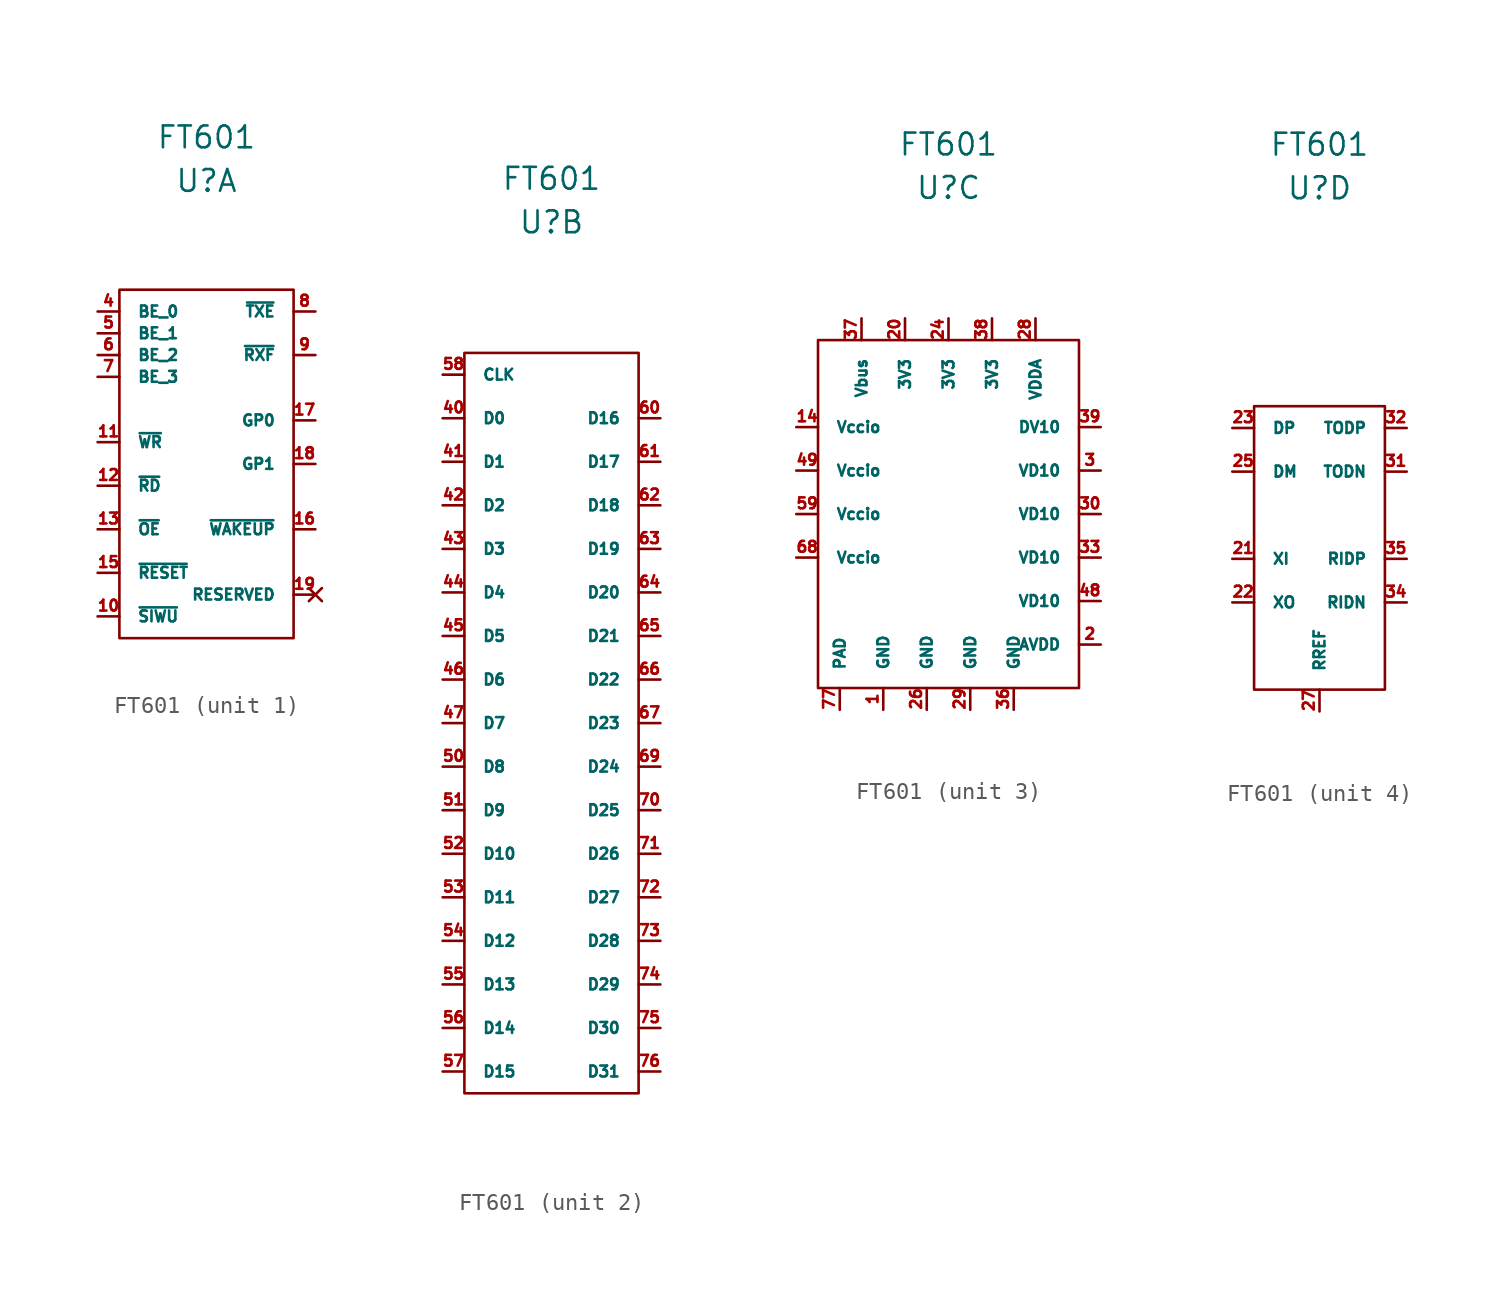
<source format=kicad_sym>
(kicad_symbol_lib
  (version 20220914)
  (generator kicad_symbol_editor)
  (symbol "FT601"
    (pin_names
      (offset 1.016))
    (property "Reference" "U"
      (at 0 19.05 0)
      (effects (font (size 1.27 1.27))))
    (property "Value" "FT601"
      (at 0 21.59 0)
      (effects (font (size 1.27 1.27))))
    (property "ki_locked" ""
      (at 0 0 0)
      (effects (font (size 1.27 1.27))))
    (symbol "FT601_1_1"
      (rectangle (start -5.08 12.7) (end 5.08 -7.62) (stroke (width 0) (type solid)) (fill (type none)))
      (pin input line (at -6.35 -6.35 0) (length 1.27) (name "~{SIWU}" (effects (font (size 0.635 0.635)))) (number "10" (effects (font (size 0.635 0.635)))))
      (pin input line (at -6.35 3.81 0) (length 1.27) (name "~{WR}" (effects (font (size 0.635 0.635)))) (number "11" (effects (font (size 0.635 0.635)))))
      (pin input line (at -6.35 1.27 0) (length 1.27) (name "~{RD}" (effects (font (size 0.635 0.635)))) (number "12" (effects (font (size 0.635 0.635)))))
      (pin input line (at -6.35 -1.27 0) (length 1.27) (name "~{OE}" (effects (font (size 0.635 0.635)))) (number "13" (effects (font (size 0.635 0.635)))))
      (pin input line (at -6.35 -3.81 0) (length 1.27) (name "~{RESET}" (effects (font (size 0.635 0.635)))) (number "15" (effects (font (size 0.635 0.635)))))
      (pin bidirectional line (at 6.35 -1.27 180) (length 1.27) (name "~{WAKEUP}" (effects (font (size 0.635 0.635)))) (number "16" (effects (font (size 0.635 0.635)))))
      (pin bidirectional line (at 6.35 5.08 180) (length 1.27) (name "GP0" (effects (font (size 0.635 0.635)))) (number "17" (effects (font (size 0.635 0.635)))))
      (pin bidirectional line (at 6.35 2.54 180) (length 1.27) (name "GP1" (effects (font (size 0.635 0.635)))) (number "18" (effects (font (size 0.635 0.635)))))
      (pin no_connect line (at 6.35 -5.08 180) (length 1.27) (name "RESERVED" (effects (font (size 0.635 0.635)))) (number "19" (effects (font (size 0.635 0.635)))))
      (pin input line (at -6.35 11.43 0) (length 1.27) (name "BE_0" (effects (font (size 0.635 0.635)))) (number "4" (effects (font (size 0.635 0.635)))))
      (pin input line (at -6.35 10.16 0) (length 1.27) (name "BE_1" (effects (font (size 0.635 0.635)))) (number "5" (effects (font (size 0.635 0.635)))))
      (pin input line (at -6.35 8.89 0) (length 1.27) (name "BE_2" (effects (font (size 0.635 0.635)))) (number "6" (effects (font (size 0.635 0.635)))))
      (pin input line (at -6.35 7.62 0) (length 1.27) (name "BE_3" (effects (font (size 0.635 0.635)))) (number "7" (effects (font (size 0.635 0.635)))))
      (pin output line (at 6.35 11.43 180) (length 1.27) (name "~{TXE}" (effects (font (size 0.635 0.635)))) (number "8" (effects (font (size 0.635 0.635)))))
      (pin output line (at 6.35 8.89 180) (length 1.27) (name "~{RXF}" (effects (font (size 0.635 0.635)))) (number "9" (effects (font (size 0.635 0.635))))))
    (symbol "FT601_2_1"
      (rectangle (start -5.08 11.43) (end 5.08 -31.75) (stroke (width 0) (type solid)) (fill (type none)))
      (pin bidirectional line (at -6.35 7.62 0) (length 1.27) (name "D0" (effects (font (size 0.635 0.635)))) (number "40" (effects (font (size 0.635 0.635)))))
      (pin bidirectional line (at -6.35 5.08 0) (length 1.27) (name "D1" (effects (font (size 0.635 0.635)))) (number "41" (effects (font (size 0.635 0.635)))))
      (pin bidirectional line (at -6.35 2.54 0) (length 1.27) (name "D2" (effects (font (size 0.635 0.635)))) (number "42" (effects (font (size 0.635 0.635)))))
      (pin bidirectional line (at -6.35 0 0) (length 1.27) (name "D3" (effects (font (size 0.635 0.635)))) (number "43" (effects (font (size 0.635 0.635)))))
      (pin bidirectional line (at -6.35 -2.54 0) (length 1.27) (name "D4" (effects (font (size 0.635 0.635)))) (number "44" (effects (font (size 0.635 0.635)))))
      (pin bidirectional line (at -6.35 -5.08 0) (length 1.27) (name "D5" (effects (font (size 0.635 0.635)))) (number "45" (effects (font (size 0.635 0.635)))))
      (pin bidirectional line (at -6.35 -7.62 0) (length 1.27) (name "D6" (effects (font (size 0.635 0.635)))) (number "46" (effects (font (size 0.635 0.635)))))
      (pin bidirectional line (at -6.35 -10.16 0) (length 1.27) (name "D7" (effects (font (size 0.635 0.635)))) (number "47" (effects (font (size 0.635 0.635)))))
      (pin bidirectional line (at -6.35 -12.7 0) (length 1.27) (name "D8" (effects (font (size 0.635 0.635)))) (number "50" (effects (font (size 0.635 0.635)))))
      (pin bidirectional line (at -6.35 -15.24 0) (length 1.27) (name "D9" (effects (font (size 0.635 0.635)))) (number "51" (effects (font (size 0.635 0.635)))))
      (pin bidirectional line (at -6.35 -17.78 0) (length 1.27) (name "D10" (effects (font (size 0.635 0.635)))) (number "52" (effects (font (size 0.635 0.635)))))
      (pin bidirectional line (at -6.35 -20.32 0) (length 1.27) (name "D11" (effects (font (size 0.635 0.635)))) (number "53" (effects (font (size 0.635 0.635)))))
      (pin bidirectional line (at -6.35 -22.86 0) (length 1.27) (name "D12" (effects (font (size 0.635 0.635)))) (number "54" (effects (font (size 0.635 0.635)))))
      (pin bidirectional line (at -6.35 -25.4 0) (length 1.27) (name "D13" (effects (font (size 0.635 0.635)))) (number "55" (effects (font (size 0.635 0.635)))))
      (pin bidirectional line (at -6.35 -27.94 0) (length 1.27) (name "D14" (effects (font (size 0.635 0.635)))) (number "56" (effects (font (size 0.635 0.635)))))
      (pin bidirectional line (at -6.35 -30.48 0) (length 1.27) (name "D15" (effects (font (size 0.635 0.635)))) (number "57" (effects (font (size 0.635 0.635)))))
      (pin output line (at -6.35 10.16 0) (length 1.27) (name "CLK" (effects (font (size 0.635 0.635)))) (number "58" (effects (font (size 0.635 0.635)))))
      (pin bidirectional line (at 6.35 7.62 180) (length 1.27) (name "D16" (effects (font (size 0.635 0.635)))) (number "60" (effects (font (size 0.635 0.635)))))
      (pin bidirectional line (at 6.35 5.08 180) (length 1.27) (name "D17" (effects (font (size 0.635 0.635)))) (number "61" (effects (font (size 0.635 0.635)))))
      (pin bidirectional line (at 6.35 2.54 180) (length 1.27) (name "D18" (effects (font (size 0.635 0.635)))) (number "62" (effects (font (size 0.635 0.635)))))
      (pin bidirectional line (at 6.35 0 180) (length 1.27) (name "D19" (effects (font (size 0.635 0.635)))) (number "63" (effects (font (size 0.635 0.635)))))
      (pin bidirectional line (at 6.35 -2.54 180) (length 1.27) (name "D20" (effects (font (size 0.635 0.635)))) (number "64" (effects (font (size 0.635 0.635)))))
      (pin bidirectional line (at 6.35 -5.08 180) (length 1.27) (name "D21" (effects (font (size 0.635 0.635)))) (number "65" (effects (font (size 0.635 0.635)))))
      (pin bidirectional line (at 6.35 -7.62 180) (length 1.27) (name "D22" (effects (font (size 0.635 0.635)))) (number "66" (effects (font (size 0.635 0.635)))))
      (pin bidirectional line (at 6.35 -10.16 180) (length 1.27) (name "D23" (effects (font (size 0.635 0.635)))) (number "67" (effects (font (size 0.635 0.635)))))
      (pin bidirectional line (at 6.35 -12.7 180) (length 1.27) (name "D24" (effects (font (size 0.635 0.635)))) (number "69" (effects (font (size 0.635 0.635)))))
      (pin bidirectional line (at 6.35 -15.24 180) (length 1.27) (name "D25" (effects (font (size 0.635 0.635)))) (number "70" (effects (font (size 0.635 0.635)))))
      (pin bidirectional line (at 6.35 -17.78 180) (length 1.27) (name "D26" (effects (font (size 0.635 0.635)))) (number "71" (effects (font (size 0.635 0.635)))))
      (pin bidirectional line (at 6.35 -20.32 180) (length 1.27) (name "D27" (effects (font (size 0.635 0.635)))) (number "72" (effects (font (size 0.635 0.635)))))
      (pin bidirectional line (at 6.35 -22.86 180) (length 1.27) (name "D28" (effects (font (size 0.635 0.635)))) (number "73" (effects (font (size 0.635 0.635)))))
      (pin bidirectional line (at 6.35 -25.4 180) (length 1.27) (name "D29" (effects (font (size 0.635 0.635)))) (number "74" (effects (font (size 0.635 0.635)))))
      (pin bidirectional line (at 6.35 -27.94 180) (length 1.27) (name "D30" (effects (font (size 0.635 0.635)))) (number "75" (effects (font (size 0.635 0.635)))))
      (pin bidirectional line (at 6.35 -30.48 180) (length 1.27) (name "D31" (effects (font (size 0.635 0.635)))) (number "76" (effects (font (size 0.635 0.635))))))
    (symbol "FT601_3_1"
      (rectangle (start -7.62 10.16) (end 7.62 -10.16) (stroke (width 0) (type solid)) (fill (type none)))
      (pin power_in line (at -3.81 -11.43 90) (length 1.27) (name "GND" (effects (font (size 0.635 0.635)))) (number "1" (effects (font (size 0.635 0.635)))))
      (pin power_in line (at -8.89 5.08 0) (length 1.27) (name "Vccio" (effects (font (size 0.635 0.635)))) (number "14" (effects (font (size 0.635 0.635)))))
      (pin power_in line (at 8.89 -7.62 180) (length 1.27) (name "AVDD" (effects (font (size 0.635 0.635)))) (number "2" (effects (font (size 0.635 0.635)))))
      (pin power_in line (at -2.54 11.43 270) (length 1.27) (name "3V3" (effects (font (size 0.635 0.635)))) (number "20" (effects (font (size 0.635 0.635)))))
      (pin power_in line (at 0 11.43 270) (length 1.27) (name "3V3" (effects (font (size 0.635 0.635)))) (number "24" (effects (font (size 0.635 0.635)))))
      (pin power_in line (at -1.27 -11.43 90) (length 1.27) (name "GND" (effects (font (size 0.635 0.635)))) (number "26" (effects (font (size 0.635 0.635)))))
      (pin power_in line (at 5.08 11.43 270) (length 1.27) (name "VDDA" (effects (font (size 0.635 0.635)))) (number "28" (effects (font (size 0.635 0.635)))))
      (pin power_in line (at 1.27 -11.43 90) (length 1.27) (name "GND" (effects (font (size 0.635 0.635)))) (number "29" (effects (font (size 0.635 0.635)))))
      (pin power_in line (at 8.89 2.54 180) (length 1.27) (name "VD10" (effects (font (size 0.635 0.635)))) (number "3" (effects (font (size 0.635 0.635)))))
      (pin power_in line (at 8.89 0 180) (length 1.27) (name "VD10" (effects (font (size 0.635 0.635)))) (number "30" (effects (font (size 0.635 0.635)))))
      (pin power_in line (at 8.89 -2.54 180) (length 1.27) (name "VD10" (effects (font (size 0.635 0.635)))) (number "33" (effects (font (size 0.635 0.635)))))
      (pin power_in line (at 3.81 -11.43 90) (length 1.27) (name "GND" (effects (font (size 0.635 0.635)))) (number "36" (effects (font (size 0.635 0.635)))))
      (pin power_in line (at -5.08 11.43 270) (length 1.27) (name "Vbus" (effects (font (size 0.635 0.635)))) (number "37" (effects (font (size 0.635 0.635)))))
      (pin power_in line (at 2.54 11.43 270) (length 1.27) (name "3V3" (effects (font (size 0.635 0.635)))) (number "38" (effects (font (size 0.635 0.635)))))
      (pin power_out line (at 8.89 5.08 180) (length 1.27) (name "DV10" (effects (font (size 0.635 0.635)))) (number "39" (effects (font (size 0.635 0.635)))))
      (pin power_in line (at 8.89 -5.08 180) (length 1.27) (name "VD10" (effects (font (size 0.635 0.635)))) (number "48" (effects (font (size 0.635 0.635)))))
      (pin power_in line (at -8.89 2.54 0) (length 1.27) (name "Vccio" (effects (font (size 0.635 0.635)))) (number "49" (effects (font (size 0.635 0.635)))))
      (pin power_in line (at -8.89 0 0) (length 1.27) (name "Vccio" (effects (font (size 0.635 0.635)))) (number "59" (effects (font (size 0.635 0.635)))))
      (pin power_in line (at -8.89 -2.54 0) (length 1.27) (name "Vccio" (effects (font (size 0.635 0.635)))) (number "68" (effects (font (size 0.635 0.635)))))
      (pin power_in line (at -6.35 -11.43 90) (length 1.27) (name "PAD" (effects (font (size 0.635 0.635)))) (number "77" (effects (font (size 0.635 0.635))))))
    (symbol "FT601_4_1"
      (rectangle (start -3.81 6.35) (end 3.81 -10.16) (stroke (width 0) (type solid)) (fill (type none)))
      (pin input line (at -5.08 -2.54 0) (length 1.27) (name "XI" (effects (font (size 0.635 0.635)))) (number "21" (effects (font (size 0.635 0.635)))))
      (pin output line (at -5.08 -5.08 0) (length 1.27) (name "XO" (effects (font (size 0.635 0.635)))) (number "22" (effects (font (size 0.635 0.635)))))
      (pin bidirectional line (at -5.08 5.08 0) (length 1.27) (name "DP" (effects (font (size 0.635 0.635)))) (number "23" (effects (font (size 0.635 0.635)))))
      (pin bidirectional line (at -5.08 2.54 0) (length 1.27) (name "DM" (effects (font (size 0.635 0.635)))) (number "25" (effects (font (size 0.635 0.635)))))
      (pin input line (at 0 -11.43 90) (length 1.27) (name "RREF" (effects (font (size 0.635 0.635)))) (number "27" (effects (font (size 0.635 0.635)))))
      (pin output line (at 5.08 2.54 180) (length 1.27) (name "TODN" (effects (font (size 0.635 0.635)))) (number "31" (effects (font (size 0.635 0.635)))))
      (pin output line (at 5.08 5.08 180) (length 1.27) (name "TODP" (effects (font (size 0.635 0.635)))) (number "32" (effects (font (size 0.635 0.635)))))
      (pin input line (at 5.08 -5.08 180) (length 1.27) (name "RIDN" (effects (font (size 0.635 0.635)))) (number "34" (effects (font (size 0.635 0.635)))))
      (pin input line (at 5.08 -2.54 180) (length 1.27) (name "RIDP" (effects (font (size 0.635 0.635)))) (number "35" (effects (font (size 0.635 0.635))))))))
</source>
